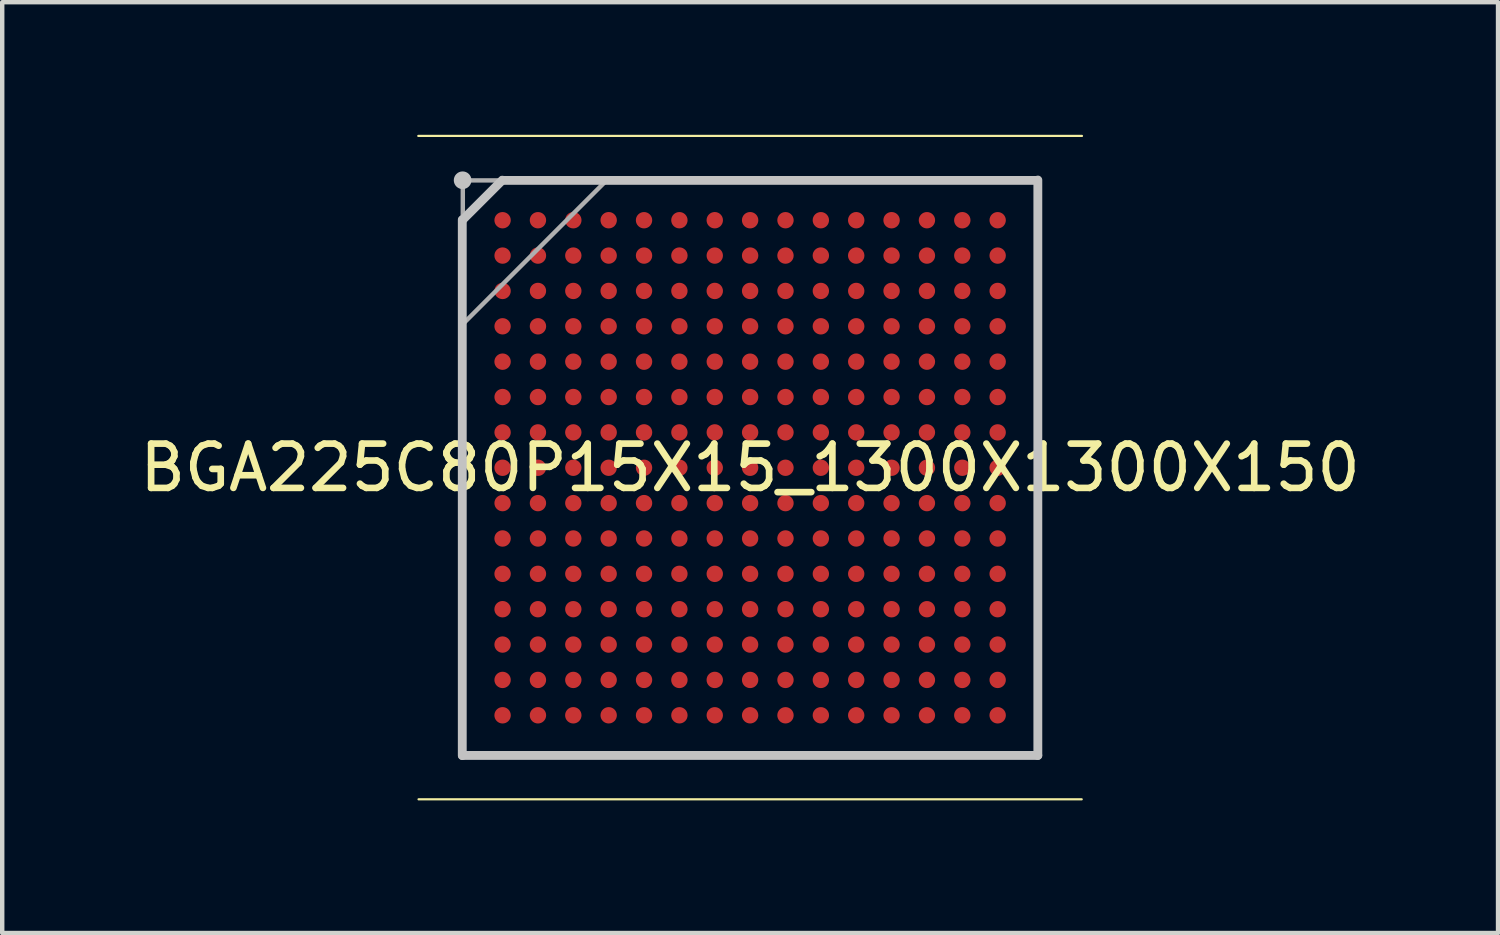
<source format=kicad_pcb>
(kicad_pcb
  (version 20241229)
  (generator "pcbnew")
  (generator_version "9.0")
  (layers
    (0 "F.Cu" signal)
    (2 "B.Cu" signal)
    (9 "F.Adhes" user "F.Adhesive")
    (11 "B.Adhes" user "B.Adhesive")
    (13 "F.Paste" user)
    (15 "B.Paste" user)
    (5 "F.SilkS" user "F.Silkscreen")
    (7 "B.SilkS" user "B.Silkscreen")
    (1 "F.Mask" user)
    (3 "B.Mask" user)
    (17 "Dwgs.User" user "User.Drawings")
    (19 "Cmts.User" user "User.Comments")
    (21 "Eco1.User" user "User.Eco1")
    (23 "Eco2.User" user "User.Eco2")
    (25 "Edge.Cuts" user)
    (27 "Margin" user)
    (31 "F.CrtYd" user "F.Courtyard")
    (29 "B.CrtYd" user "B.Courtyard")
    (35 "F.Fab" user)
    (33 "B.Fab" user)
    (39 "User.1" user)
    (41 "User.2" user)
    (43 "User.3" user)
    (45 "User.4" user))
  (footprint "BGA225C80P15X15_1300X1300X150"
    (layer "F.Cu")
    (at 13.92 7.532)
    (property "Reference" "BGA225C80P15X15_1300X1300X150" (at 0 0 0) (layer "F.SilkS") (effects (font (size 1.002 1.002) (thickness 0.15))))
    (attr smd)
    (fp_line (start -7.507 -7.507) (end 7.507 -7.507) (stroke (width 0.05) (type solid)) (layer "F.SilkS"))
    (fp_line (start 7.501 7.501) (end -7.501 7.501) (stroke (width 0.05) (type solid)) (layer "F.SilkS"))
    (fp_line (start -6.512 6.512) (end -6.512 -5.61) (stroke (width 0.2) (type solid)) (layer "Dwgs.User"))
    (fp_line (start -6.506 -5.606) (end -5.606 -6.506) (stroke (width 0.2) (type solid)) (layer "Dwgs.User"))
    (fp_line (start -5.601 -6.501) (end 6.501 -6.501) (stroke (width 0.2) (type solid)) (layer "Dwgs.User"))
    (fp_line (start 6.508 6.508) (end -6.508 6.508) (stroke (width 0.2) (type solid)) (layer "Dwgs.User"))
    (fp_line (start 6.509 -6.509) (end 6.509 6.509) (stroke (width 0.2) (type solid)) (layer "Dwgs.User"))
    (fp_circle (center -6.504 -6.504) (end -6.404 -6.504) (stroke (width 0.2) (type solid)) (fill no) (layer "Dwgs.User"))
    (fp_line (start -6.501 -6.501) (end 6.501 -6.501) (stroke (width 0.1) (type solid)) (layer "F.Fab"))
    (fp_line (start -6.5 -3.25) (end -3.25 -6.5) (stroke (width 0.1) (type solid)) (layer "F.Fab"))
    (fp_line (start -6.5 6.5) (end -6.5 -6.5) (stroke (width 0.1) (type solid)) (layer "F.Fab"))
    (fp_line (start 6.507 -6.507) (end 6.507 6.507) (stroke (width 0.1) (type solid)) (layer "F.Fab"))
    (fp_line (start 6.507 6.507) (end -6.507 6.507) (stroke (width 0.1) (type solid)) (layer "F.Fab"))
    (pad "A1" smd circle (at -5.6 -5.6) (size 0.37 0.37) (layers "F.Cu" "F.Mask" "F.Paste"))
    (pad "A2" smd circle (at -4.8 -5.6) (size 0.37 0.37) (layers "F.Cu" "F.Mask" "F.Paste"))
    (pad "A3" smd circle (at -4 -5.6) (size 0.371 0.371) (layers "F.Cu" "F.Mask" "F.Paste"))
    (pad "A4" smd circle (at -3.2 -5.6) (size 0.371 0.371) (layers "F.Cu" "F.Mask" "F.Paste"))
    (pad "A5" smd circle (at -2.4 -5.6) (size 0.37 0.37) (layers "F.Cu" "F.Mask" "F.Paste"))
    (pad "A6" smd circle (at -1.6 -5.6) (size 0.37 0.37) (layers "F.Cu" "F.Mask" "F.Paste"))
    (pad "A7" smd circle (at -0.8 -5.6) (size 0.371 0.371) (layers "F.Cu" "F.Mask" "F.Paste"))
    (pad "A8" smd circle (at 0 -5.6) (size 0.371 0.371) (layers "F.Cu" "F.Mask" "F.Paste"))
    (pad "A9" smd circle (at 0.8 -5.6) (size 0.37 0.37) (layers "F.Cu" "F.Mask" "F.Paste"))
    (pad "A10" smd circle (at 1.6 -5.6) (size 0.37 0.37) (layers "F.Cu" "F.Mask" "F.Paste"))
    (pad "A11" smd circle (at 2.4 -5.6) (size 0.371 0.371) (layers "F.Cu" "F.Mask" "F.Paste"))
    (pad "A12" smd circle (at 3.2 -5.6) (size 0.371 0.371) (layers "F.Cu" "F.Mask" "F.Paste"))
    (pad "A13" smd circle (at 4 -5.6) (size 0.37 0.37) (layers "F.Cu" "F.Mask" "F.Paste"))
    (pad "A14" smd circle (at 4.8 -5.6) (size 0.371 0.371) (layers "F.Cu" "F.Mask" "F.Paste"))
    (pad "A15" smd circle (at 5.6 -5.6) (size 0.37 0.37) (layers "F.Cu" "F.Mask" "F.Paste"))
    (pad "B1" smd circle (at -5.6 -4.8) (size 0.37 0.37) (layers "F.Cu" "F.Mask" "F.Paste"))
    (pad "B2" smd circle (at -4.8 -4.8) (size 0.371 0.371) (layers "F.Cu" "F.Mask" "F.Paste"))
    (pad "B3" smd circle (at -4 -4.8) (size 0.37 0.37) (layers "F.Cu" "F.Mask" "F.Paste"))
    (pad "B4" smd circle (at -3.2 -4.8) (size 0.37 0.37) (layers "F.Cu" "F.Mask" "F.Paste"))
    (pad "B5" smd circle (at -2.4 -4.8) (size 0.37 0.37) (layers "F.Cu" "F.Mask" "F.Paste"))
    (pad "B6" smd circle (at -1.6 -4.8) (size 0.371 0.371) (layers "F.Cu" "F.Mask" "F.Paste"))
    (pad "B7" smd circle (at -0.8 -4.8) (size 0.37 0.37) (layers "F.Cu" "F.Mask" "F.Paste"))
    (pad "B8" smd circle (at 0 -4.8) (size 0.371 0.371) (layers "F.Cu" "F.Mask" "F.Paste"))
    (pad "B9" smd circle (at 0.8 -4.8) (size 0.37 0.37) (layers "F.Cu" "F.Mask" "F.Paste"))
    (pad "B10" smd circle (at 1.6 -4.8) (size 0.371 0.371) (layers "F.Cu" "F.Mask" "F.Paste"))
    (pad "B11" smd circle (at 2.4 -4.8) (size 0.371 0.371) (layers "F.Cu" "F.Mask" "F.Paste"))
    (pad "B12" smd circle (at 3.2 -4.8) (size 0.371 0.371) (layers "F.Cu" "F.Mask" "F.Paste"))
    (pad "B13" smd circle (at 4 -4.8) (size 0.37 0.37) (layers "F.Cu" "F.Mask" "F.Paste"))
    (pad "B14" smd circle (at 4.8 -4.8) (size 0.37 0.37) (layers "F.Cu" "F.Mask" "F.Paste"))
    (pad "B15" smd circle (at 5.6 -4.8) (size 0.37 0.37) (layers "F.Cu" "F.Mask" "F.Paste"))
    (pad "C1" smd circle (at -5.6 -4) (size 0.37 0.37) (layers "F.Cu" "F.Mask" "F.Paste"))
    (pad "C2" smd circle (at -4.8 -4) (size 0.37 0.37) (layers "F.Cu" "F.Mask" "F.Paste"))
    (pad "C3" smd circle (at -4 -4) (size 0.37 0.37) (layers "F.Cu" "F.Mask" "F.Paste"))
    (pad "C4" smd circle (at -3.2 -4) (size 0.371 0.371) (layers "F.Cu" "F.Mask" "F.Paste"))
    (pad "C5" smd circle (at -2.4 -4) (size 0.37 0.37) (layers "F.Cu" "F.Mask" "F.Paste"))
    (pad "C6" smd circle (at -1.6 -4) (size 0.37 0.37) (layers "F.Cu" "F.Mask" "F.Paste"))
    (pad "C7" smd circle (at -0.8 -4) (size 0.371 0.371) (layers "F.Cu" "F.Mask" "F.Paste"))
    (pad "C8" smd circle (at 0 -4) (size 0.371 0.371) (layers "F.Cu" "F.Mask" "F.Paste"))
    (pad "C9" smd circle (at 0.8 -4) (size 0.371 0.371) (layers "F.Cu" "F.Mask" "F.Paste"))
    (pad "C10" smd circle (at 1.6 -4) (size 0.37 0.37) (layers "F.Cu" "F.Mask" "F.Paste"))
    (pad "C11" smd circle (at 2.4 -4) (size 0.37 0.37) (layers "F.Cu" "F.Mask" "F.Paste"))
    (pad "C12" smd circle (at 3.2 -4) (size 0.371 0.371) (layers "F.Cu" "F.Mask" "F.Paste"))
    (pad "C13" smd circle (at 4 -4) (size 0.37 0.37) (layers "F.Cu" "F.Mask" "F.Paste"))
    (pad "C14" smd circle (at 4.8 -4) (size 0.37 0.37) (layers "F.Cu" "F.Mask" "F.Paste"))
    (pad "C15" smd circle (at 5.6 -4) (size 0.37 0.37) (layers "F.Cu" "F.Mask" "F.Paste"))
    (pad "D1" smd circle (at -5.6 -3.2) (size 0.37 0.37) (layers "F.Cu" "F.Mask" "F.Paste"))
    (pad "D2" smd circle (at -4.8 -3.2) (size 0.371 0.371) (layers "F.Cu" "F.Mask" "F.Paste"))
    (pad "D3" smd circle (at -4 -3.2) (size 0.371 0.371) (layers "F.Cu" "F.Mask" "F.Paste"))
    (pad "D4" smd circle (at -3.2 -3.2) (size 0.37 0.37) (layers "F.Cu" "F.Mask" "F.Paste"))
    (pad "D5" smd circle (at -2.4 -3.2) (size 0.371 0.371) (layers "F.Cu" "F.Mask" "F.Paste"))
    (pad "D6" smd circle (at -1.6 -3.2) (size 0.37 0.37) (layers "F.Cu" "F.Mask" "F.Paste"))
    (pad "D7" smd circle (at -0.8 -3.2) (size 0.37 0.37) (layers "F.Cu" "F.Mask" "F.Paste"))
    (pad "D8" smd circle (at 0 -3.2) (size 0.37 0.37) (layers "F.Cu" "F.Mask" "F.Paste"))
    (pad "D9" smd circle (at 0.8 -3.2) (size 0.37 0.37) (layers "F.Cu" "F.Mask" "F.Paste"))
    (pad "D10" smd circle (at 1.6 -3.2) (size 0.371 0.371) (layers "F.Cu" "F.Mask" "F.Paste"))
    (pad "D11" smd circle (at 2.4 -3.2) (size 0.371 0.371) (layers "F.Cu" "F.Mask" "F.Paste"))
    (pad "D12" smd circle (at 3.2 -3.2) (size 0.37 0.37) (layers "F.Cu" "F.Mask" "F.Paste"))
    (pad "D13" smd circle (at 4 -3.2) (size 0.371 0.371) (layers "F.Cu" "F.Mask" "F.Paste"))
    (pad "D14" smd circle (at 4.8 -3.2) (size 0.37 0.37) (layers "F.Cu" "F.Mask" "F.Paste"))
    (pad "D15" smd circle (at 5.6 -3.2) (size 0.371 0.371) (layers "F.Cu" "F.Mask" "F.Paste"))
    (pad "E1" smd circle (at -5.6 -2.4) (size 0.371 0.371) (layers "F.Cu" "F.Mask" "F.Paste"))
    (pad "E2" smd circle (at -4.8 -2.4) (size 0.371 0.371) (layers "F.Cu" "F.Mask" "F.Paste"))
    (pad "E3" smd circle (at -4 -2.4) (size 0.37 0.37) (layers "F.Cu" "F.Mask" "F.Paste"))
    (pad "E4" smd circle (at -3.2 -2.4) (size 0.37 0.37) (layers "F.Cu" "F.Mask" "F.Paste"))
    (pad "E5" smd circle (at -2.4 -2.4) (size 0.371 0.371) (layers "F.Cu" "F.Mask" "F.Paste"))
    (pad "E6" smd circle (at -1.6 -2.4) (size 0.37 0.37) (layers "F.Cu" "F.Mask" "F.Paste"))
    (pad "E7" smd circle (at -0.8 -2.4) (size 0.37 0.37) (layers "F.Cu" "F.Mask" "F.Paste"))
    (pad "E8" smd circle (at 0 -2.4) (size 0.37 0.37) (layers "F.Cu" "F.Mask" "F.Paste"))
    (pad "E9" smd circle (at 0.8 -2.4) (size 0.37 0.37) (layers "F.Cu" "F.Mask" "F.Paste"))
    (pad "E10" smd circle (at 1.6 -2.4) (size 0.37 0.37) (layers "F.Cu" "F.Mask" "F.Paste"))
    (pad "E11" smd circle (at 2.4 -2.4) (size 0.37 0.37) (layers "F.Cu" "F.Mask" "F.Paste"))
    (pad "E12" smd circle (at 3.2 -2.4) (size 0.37 0.37) (layers "F.Cu" "F.Mask" "F.Paste"))
    (pad "E13" smd circle (at 4 -2.4) (size 0.37 0.37) (layers "F.Cu" "F.Mask" "F.Paste"))
    (pad "E14" smd circle (at 4.8 -2.4) (size 0.37 0.37) (layers "F.Cu" "F.Mask" "F.Paste"))
    (pad "E15" smd circle (at 5.6 -2.4) (size 0.371 0.371) (layers "F.Cu" "F.Mask" "F.Paste"))
    (pad "F1" smd circle (at -5.6 -1.6) (size 0.37 0.37) (layers "F.Cu" "F.Mask" "F.Paste"))
    (pad "F2" smd circle (at -4.8 -1.6) (size 0.371 0.371) (layers "F.Cu" "F.Mask" "F.Paste"))
    (pad "F3" smd circle (at -4 -1.6) (size 0.371 0.371) (layers "F.Cu" "F.Mask" "F.Paste"))
    (pad "F4" smd circle (at -3.2 -1.6) (size 0.371 0.371) (layers "F.Cu" "F.Mask" "F.Paste"))
    (pad "F5" smd circle (at -2.4 -1.6) (size 0.371 0.371) (layers "F.Cu" "F.Mask" "F.Paste"))
    (pad "F6" smd circle (at -1.6 -1.6) (size 0.37 0.37) (layers "F.Cu" "F.Mask" "F.Paste"))
    (pad "F7" smd circle (at -0.8 -1.6) (size 0.371 0.371) (layers "F.Cu" "F.Mask" "F.Paste"))
    (pad "F8" smd circle (at 0 -1.6) (size 0.371 0.371) (layers "F.Cu" "F.Mask" "F.Paste"))
    (pad "F9" smd circle (at 0.8 -1.6) (size 0.371 0.371) (layers "F.Cu" "F.Mask" "F.Paste"))
    (pad "F10" smd circle (at 1.6 -1.6) (size 0.371 0.371) (layers "F.Cu" "F.Mask" "F.Paste"))
    (pad "F11" smd circle (at 2.4 -1.6) (size 0.371 0.371) (layers "F.Cu" "F.Mask" "F.Paste"))
    (pad "F12" smd circle (at 3.2 -1.6) (size 0.37 0.37) (layers "F.Cu" "F.Mask" "F.Paste"))
    (pad "F13" smd circle (at 4 -1.6) (size 0.371 0.371) (layers "F.Cu" "F.Mask" "F.Paste"))
    (pad "F14" smd circle (at 4.8 -1.6) (size 0.37 0.37) (layers "F.Cu" "F.Mask" "F.Paste"))
    (pad "F15" smd circle (at 5.6 -1.6) (size 0.371 0.371) (layers "F.Cu" "F.Mask" "F.Paste"))
    (pad "G1" smd circle (at -5.6 -0.8) (size 0.37 0.37) (layers "F.Cu" "F.Mask" "F.Paste"))
    (pad "G2" smd circle (at -4.8 -0.8) (size 0.37 0.37) (layers "F.Cu" "F.Mask" "F.Paste"))
    (pad "G3" smd circle (at -4 -0.8) (size 0.37 0.37) (layers "F.Cu" "F.Mask" "F.Paste"))
    (pad "G4" smd circle (at -3.2 -0.8) (size 0.371 0.371) (layers "F.Cu" "F.Mask" "F.Paste"))
    (pad "G5" smd circle (at -2.4 -0.8) (size 0.371 0.371) (layers "F.Cu" "F.Mask" "F.Paste"))
    (pad "G6" smd circle (at -1.6 -0.8) (size 0.37 0.37) (layers "F.Cu" "F.Mask" "F.Paste"))
    (pad "G7" smd circle (at -0.8 -0.8) (size 0.37 0.37) (layers "F.Cu" "F.Mask" "F.Paste"))
    (pad "G8" smd circle (at 0 -0.8) (size 0.371 0.371) (layers "F.Cu" "F.Mask" "F.Paste"))
    (pad "G9" smd circle (at 0.8 -0.8) (size 0.37 0.37) (layers "F.Cu" "F.Mask" "F.Paste"))
    (pad "G10" smd circle (at 1.6 -0.8) (size 0.37 0.37) (layers "F.Cu" "F.Mask" "F.Paste"))
    (pad "G11" smd circle (at 2.4 -0.8) (size 0.37 0.37) (layers "F.Cu" "F.Mask" "F.Paste"))
    (pad "G12" smd circle (at 3.2 -0.8) (size 0.37 0.37) (layers "F.Cu" "F.Mask" "F.Paste"))
    (pad "G13" smd circle (at 4 -0.8) (size 0.37 0.37) (layers "F.Cu" "F.Mask" "F.Paste"))
    (pad "G14" smd circle (at 4.8 -0.8) (size 0.37 0.37) (layers "F.Cu" "F.Mask" "F.Paste"))
    (pad "G15" smd circle (at 5.6 -0.8) (size 0.37 0.37) (layers "F.Cu" "F.Mask" "F.Paste"))
    (pad "H1" smd circle (at -5.6 0) (size 0.371 0.371) (layers "F.Cu" "F.Mask" "F.Paste"))
    (pad "H2" smd circle (at -4.8 0) (size 0.371 0.371) (layers "F.Cu" "F.Mask" "F.Paste"))
    (pad "H3" smd circle (at -4 0) (size 0.37 0.37) (layers "F.Cu" "F.Mask" "F.Paste"))
    (pad "H4" smd circle (at -3.2 0) (size 0.37 0.37) (layers "F.Cu" "F.Mask" "F.Paste"))
    (pad "H5" smd circle (at -2.4 0) (size 0.37 0.37) (layers "F.Cu" "F.Mask" "F.Paste"))
    (pad "H6" smd circle (at -1.6 0) (size 0.37 0.37) (layers "F.Cu" "F.Mask" "F.Paste"))
    (pad "H7" smd circle (at -0.8 0) (size 0.37 0.37) (layers "F.Cu" "F.Mask" "F.Paste"))
    (pad "H8" smd circle (at 0 0) (size 0.371 0.371) (layers "F.Cu" "F.Mask" "F.Paste"))
    (pad "H9" smd circle (at 0.8 0) (size 0.37 0.37) (layers "F.Cu" "F.Mask" "F.Paste"))
    (pad "H10" smd circle (at 1.6 0) (size 0.37 0.37) (layers "F.Cu" "F.Mask" "F.Paste"))
    (pad "H11" smd circle (at 2.4 0) (size 0.37 0.37) (layers "F.Cu" "F.Mask" "F.Paste"))
    (pad "H12" smd circle (at 3.2 0) (size 0.37 0.37) (layers "F.Cu" "F.Mask" "F.Paste"))
    (pad "H13" smd circle (at 4 0) (size 0.37 0.37) (layers "F.Cu" "F.Mask" "F.Paste"))
    (pad "H14" smd circle (at 4.8 0) (size 0.37 0.37) (layers "F.Cu" "F.Mask" "F.Paste"))
    (pad "H15" smd circle (at 5.6 0) (size 0.371 0.371) (layers "F.Cu" "F.Mask" "F.Paste"))
    (pad "J1" smd circle (at -5.6 0.8) (size 0.37 0.37) (layers "F.Cu" "F.Mask" "F.Paste"))
    (pad "J2" smd circle (at -4.8 0.8) (size 0.37 0.37) (layers "F.Cu" "F.Mask" "F.Paste"))
    (pad "J3" smd circle (at -4 0.8) (size 0.37 0.37) (layers "F.Cu" "F.Mask" "F.Paste"))
    (pad "J4" smd circle (at -3.2 0.8) (size 0.37 0.37) (layers "F.Cu" "F.Mask" "F.Paste"))
    (pad "J5" smd circle (at -2.4 0.8) (size 0.371 0.371) (layers "F.Cu" "F.Mask" "F.Paste"))
    (pad "J6" smd circle (at -1.6 0.8) (size 0.37 0.37) (layers "F.Cu" "F.Mask" "F.Paste"))
    (pad "J7" smd circle (at -0.8 0.8) (size 0.371 0.371) (layers "F.Cu" "F.Mask" "F.Paste"))
    (pad "J8" smd circle (at 0 0.8) (size 0.37 0.37) (layers "F.Cu" "F.Mask" "F.Paste"))
    (pad "J9" smd circle (at 0.8 0.8) (size 0.37 0.37) (layers "F.Cu" "F.Mask" "F.Paste"))
    (pad "J10" smd circle (at 1.6 0.8) (size 0.37 0.37) (layers "F.Cu" "F.Mask" "F.Paste"))
    (pad "J11" smd circle (at 2.4 0.8) (size 0.37 0.37) (layers "F.Cu" "F.Mask" "F.Paste"))
    (pad "J12" smd circle (at 3.2 0.8) (size 0.371 0.371) (layers "F.Cu" "F.Mask" "F.Paste"))
    (pad "J13" smd circle (at 4 0.8) (size 0.37 0.37) (layers "F.Cu" "F.Mask" "F.Paste"))
    (pad "J14" smd circle (at 4.8 0.8) (size 0.371 0.371) (layers "F.Cu" "F.Mask" "F.Paste"))
    (pad "J15" smd circle (at 5.6 0.8) (size 0.371 0.371) (layers "F.Cu" "F.Mask" "F.Paste"))
    (pad "K1" smd circle (at -5.6 1.6) (size 0.371 0.371) (layers "F.Cu" "F.Mask" "F.Paste"))
    (pad "K2" smd circle (at -4.8 1.6) (size 0.371 0.371) (layers "F.Cu" "F.Mask" "F.Paste"))
    (pad "K3" smd circle (at -4 1.6) (size 0.37 0.37) (layers "F.Cu" "F.Mask" "F.Paste"))
    (pad "K4" smd circle (at -3.2 1.6) (size 0.37 0.37) (layers "F.Cu" "F.Mask" "F.Paste"))
    (pad "K5" smd circle (at -2.4 1.6) (size 0.37 0.37) (layers "F.Cu" "F.Mask" "F.Paste"))
    (pad "K6" smd circle (at -1.6 1.6) (size 0.37 0.37) (layers "F.Cu" "F.Mask" "F.Paste"))
    (pad "K7" smd circle (at -0.8 1.6) (size 0.371 0.371) (layers "F.Cu" "F.Mask" "F.Paste"))
    (pad "K8" smd circle (at 0 1.6) (size 0.37 0.37) (layers "F.Cu" "F.Mask" "F.Paste"))
    (pad "K9" smd circle (at 0.8 1.6) (size 0.371 0.371) (layers "F.Cu" "F.Mask" "F.Paste"))
    (pad "K10" smd circle (at 1.6 1.6) (size 0.37 0.37) (layers "F.Cu" "F.Mask" "F.Paste"))
    (pad "K11" smd circle (at 2.4 1.6) (size 0.37 0.37) (layers "F.Cu" "F.Mask" "F.Paste"))
    (pad "K12" smd circle (at 3.2 1.6) (size 0.371 0.371) (layers "F.Cu" "F.Mask" "F.Paste"))
    (pad "K13" smd circle (at 4 1.6) (size 0.371 0.371) (layers "F.Cu" "F.Mask" "F.Paste"))
    (pad "K14" smd circle (at 4.8 1.6) (size 0.37 0.37) (layers "F.Cu" "F.Mask" "F.Paste"))
    (pad "K15" smd circle (at 5.6 1.6) (size 0.371 0.371) (layers "F.Cu" "F.Mask" "F.Paste"))
    (pad "L1" smd circle (at -5.6 2.4) (size 0.371 0.371) (layers "F.Cu" "F.Mask" "F.Paste"))
    (pad "L2" smd circle (at -4.8 2.4) (size 0.371 0.371) (layers "F.Cu" "F.Mask" "F.Paste"))
    (pad "L3" smd circle (at -4 2.4) (size 0.37 0.37) (layers "F.Cu" "F.Mask" "F.Paste"))
    (pad "L4" smd circle (at -3.2 2.4) (size 0.37 0.37) (layers "F.Cu" "F.Mask" "F.Paste"))
    (pad "L5" smd circle (at -2.4 2.4) (size 0.37 0.37) (layers "F.Cu" "F.Mask" "F.Paste"))
    (pad "L6" smd circle (at -1.6 2.4) (size 0.371 0.371) (layers "F.Cu" "F.Mask" "F.Paste"))
    (pad "L7" smd circle (at -0.8 2.4) (size 0.371 0.371) (layers "F.Cu" "F.Mask" "F.Paste"))
    (pad "L8" smd circle (at 0 2.4) (size 0.37 0.37) (layers "F.Cu" "F.Mask" "F.Paste"))
    (pad "L9" smd circle (at 0.8 2.4) (size 0.371 0.371) (layers "F.Cu" "F.Mask" "F.Paste"))
    (pad "L10" smd circle (at 1.6 2.4) (size 0.37 0.37) (layers "F.Cu" "F.Mask" "F.Paste"))
    (pad "L11" smd circle (at 2.4 2.4) (size 0.37 0.37) (layers "F.Cu" "F.Mask" "F.Paste"))
    (pad "L12" smd circle (at 3.2 2.4) (size 0.37 0.37) (layers "F.Cu" "F.Mask" "F.Paste"))
    (pad "L13" smd circle (at 4 2.4) (size 0.371 0.371) (layers "F.Cu" "F.Mask" "F.Paste"))
    (pad "L14" smd circle (at 4.8 2.4) (size 0.37 0.37) (layers "F.Cu" "F.Mask" "F.Paste"))
    (pad "L15" smd circle (at 5.6 2.4) (size 0.371 0.371) (layers "F.Cu" "F.Mask" "F.Paste"))
    (pad "M1" smd circle (at -5.6 3.2) (size 0.371 0.371) (layers "F.Cu" "F.Mask" "F.Paste"))
    (pad "M2" smd circle (at -4.8 3.2) (size 0.37 0.37) (layers "F.Cu" "F.Mask" "F.Paste"))
    (pad "M3" smd circle (at -4 3.2) (size 0.37 0.37) (layers "F.Cu" "F.Mask" "F.Paste"))
    (pad "M4" smd circle (at -3.2 3.2) (size 0.371 0.371) (layers "F.Cu" "F.Mask" "F.Paste"))
    (pad "M5" smd circle (at -2.4 3.2) (size 0.371 0.371) (layers "F.Cu" "F.Mask" "F.Paste"))
    (pad "M6" smd circle (at -1.6 3.2) (size 0.37 0.37) (layers "F.Cu" "F.Mask" "F.Paste"))
    (pad "M7" smd circle (at -0.8 3.2) (size 0.37 0.37) (layers "F.Cu" "F.Mask" "F.Paste"))
    (pad "M8" smd circle (at 0 3.2) (size 0.371 0.371) (layers "F.Cu" "F.Mask" "F.Paste"))
    (pad "M9" smd circle (at 0.8 3.2) (size 0.37 0.37) (layers "F.Cu" "F.Mask" "F.Paste"))
    (pad "M10" smd circle (at 1.6 3.2) (size 0.371 0.371) (layers "F.Cu" "F.Mask" "F.Paste"))
    (pad "M11" smd circle (at 2.4 3.2) (size 0.371 0.371) (layers "F.Cu" "F.Mask" "F.Paste"))
    (pad "M12" smd circle (at 3.2 3.2) (size 0.371 0.371) (layers "F.Cu" "F.Mask" "F.Paste"))
    (pad "M13" smd circle (at 4 3.2) (size 0.37 0.37) (layers "F.Cu" "F.Mask" "F.Paste"))
    (pad "M14" smd circle (at 4.8 3.2) (size 0.37 0.37) (layers "F.Cu" "F.Mask" "F.Paste"))
    (pad "M15" smd circle (at 5.6 3.2) (size 0.37 0.37) (layers "F.Cu" "F.Mask" "F.Paste"))
    (pad "N1" smd circle (at -5.6 4) (size 0.37 0.37) (layers "F.Cu" "F.Mask" "F.Paste"))
    (pad "N2" smd circle (at -4.8 4) (size 0.371 0.371) (layers "F.Cu" "F.Mask" "F.Paste"))
    (pad "N3" smd circle (at -4 4) (size 0.371 0.371) (layers "F.Cu" "F.Mask" "F.Paste"))
    (pad "N4" smd circle (at -3.2 4) (size 0.371 0.371) (layers "F.Cu" "F.Mask" "F.Paste"))
    (pad "N5" smd circle (at -2.4 4) (size 0.371 0.371) (layers "F.Cu" "F.Mask" "F.Paste"))
    (pad "N6" smd circle (at -1.6 4) (size 0.37 0.37) (layers "F.Cu" "F.Mask" "F.Paste"))
    (pad "N7" smd circle (at -0.8 4) (size 0.37 0.37) (layers "F.Cu" "F.Mask" "F.Paste"))
    (pad "N8" smd circle (at 0 4) (size 0.37 0.37) (layers "F.Cu" "F.Mask" "F.Paste"))
    (pad "N9" smd circle (at 0.8 4) (size 0.37 0.37) (layers "F.Cu" "F.Mask" "F.Paste"))
    (pad "N10" smd circle (at 1.6 4) (size 0.371 0.371) (layers "F.Cu" "F.Mask" "F.Paste"))
    (pad "N11" smd circle (at 2.4 4) (size 0.371 0.371) (layers "F.Cu" "F.Mask" "F.Paste"))
    (pad "N12" smd circle (at 3.2 4) (size 0.37 0.37) (layers "F.Cu" "F.Mask" "F.Paste"))
    (pad "N13" smd circle (at 4 4) (size 0.371 0.371) (layers "F.Cu" "F.Mask" "F.Paste"))
    (pad "N14" smd circle (at 4.8 4) (size 0.371 0.371) (layers "F.Cu" "F.Mask" "F.Paste"))
    (pad "N15" smd circle (at 5.6 4) (size 0.37 0.37) (layers "F.Cu" "F.Mask" "F.Paste"))
    (pad "P1" smd circle (at -5.6 4.8) (size 0.37 0.37) (layers "F.Cu" "F.Mask" "F.Paste"))
    (pad "P2" smd circle (at -4.8 4.8) (size 0.37 0.37) (layers "F.Cu" "F.Mask" "F.Paste"))
    (pad "P3" smd circle (at -4 4.8) (size 0.37 0.37) (layers "F.Cu" "F.Mask" "F.Paste"))
    (pad "P4" smd circle (at -3.2 4.8) (size 0.37 0.37) (layers "F.Cu" "F.Mask" "F.Paste"))
    (pad "P5" smd circle (at -2.4 4.8) (size 0.37 0.37) (layers "F.Cu" "F.Mask" "F.Paste"))
    (pad "P6" smd circle (at -1.6 4.8) (size 0.371 0.371) (layers "F.Cu" "F.Mask" "F.Paste"))
    (pad "P7" smd circle (at -0.8 4.8) (size 0.371 0.371) (layers "F.Cu" "F.Mask" "F.Paste"))
    (pad "P8" smd circle (at 0 4.8) (size 0.37 0.37) (layers "F.Cu" "F.Mask" "F.Paste"))
    (pad "P9" smd circle (at 0.8 4.8) (size 0.37 0.37) (layers "F.Cu" "F.Mask" "F.Paste"))
    (pad "P10" smd circle (at 1.6 4.8) (size 0.37 0.37) (layers "F.Cu" "F.Mask" "F.Paste"))
    (pad "P11" smd circle (at 2.4 4.8) (size 0.371 0.371) (layers "F.Cu" "F.Mask" "F.Paste"))
    (pad "P12" smd circle (at 3.2 4.8) (size 0.371 0.371) (layers "F.Cu" "F.Mask" "F.Paste"))
    (pad "P13" smd circle (at 4 4.8) (size 0.37 0.37) (layers "F.Cu" "F.Mask" "F.Paste"))
    (pad "P14" smd circle (at 4.8 4.8) (size 0.371 0.371) (layers "F.Cu" "F.Mask" "F.Paste"))
    (pad "P15" smd circle (at 5.6 4.8) (size 0.37 0.37) (layers "F.Cu" "F.Mask" "F.Paste"))
    (pad "R1" smd circle (at -5.6 5.6) (size 0.371 0.371) (layers "F.Cu" "F.Mask" "F.Paste"))
    (pad "R2" smd circle (at -4.8 5.6) (size 0.371 0.371) (layers "F.Cu" "F.Mask" "F.Paste"))
    (pad "R3" smd circle (at -4 5.6) (size 0.371 0.371) (layers "F.Cu" "F.Mask" "F.Paste"))
    (pad "R4" smd circle (at -3.2 5.6) (size 0.37 0.37) (layers "F.Cu" "F.Mask" "F.Paste"))
    (pad "R5" smd circle (at -2.4 5.6) (size 0.37 0.37) (layers "F.Cu" "F.Mask" "F.Paste"))
    (pad "R6" smd circle (at -1.6 5.6) (size 0.37 0.37) (layers "F.Cu" "F.Mask" "F.Paste"))
    (pad "R7" smd circle (at -0.8 5.6) (size 0.37 0.37) (layers "F.Cu" "F.Mask" "F.Paste"))
    (pad "R8" smd circle (at 0 5.6) (size 0.37 0.37) (layers "F.Cu" "F.Mask" "F.Paste"))
    (pad "R9" smd circle (at 0.8 5.6) (size 0.37 0.37) (layers "F.Cu" "F.Mask" "F.Paste"))
    (pad "R10" smd circle (at 1.6 5.6) (size 0.37 0.37) (layers "F.Cu" "F.Mask" "F.Paste"))
    (pad "R11" smd circle (at 2.4 5.6) (size 0.37 0.37) (layers "F.Cu" "F.Mask" "F.Paste"))
    (pad "R12" smd circle (at 3.2 5.6) (size 0.37 0.37) (layers "F.Cu" "F.Mask" "F.Paste"))
    (pad "R13" smd circle (at 4 5.6) (size 0.37 0.37) (layers "F.Cu" "F.Mask" "F.Paste"))
    (pad "R14" smd circle (at 4.8 5.6) (size 0.371 0.371) (layers "F.Cu" "F.Mask" "F.Paste"))
    (pad "R15" smd circle (at 5.6 5.6) (size 0.371 0.371) (layers "F.Cu" "F.Mask" "F.Paste")))
  (gr_rect
    (start -3 -3)
    (end 30.84 18.058)
    (stroke (width 0.1) (type default))
    (fill no)
    (layer "Edge.Cuts")))
</source>
